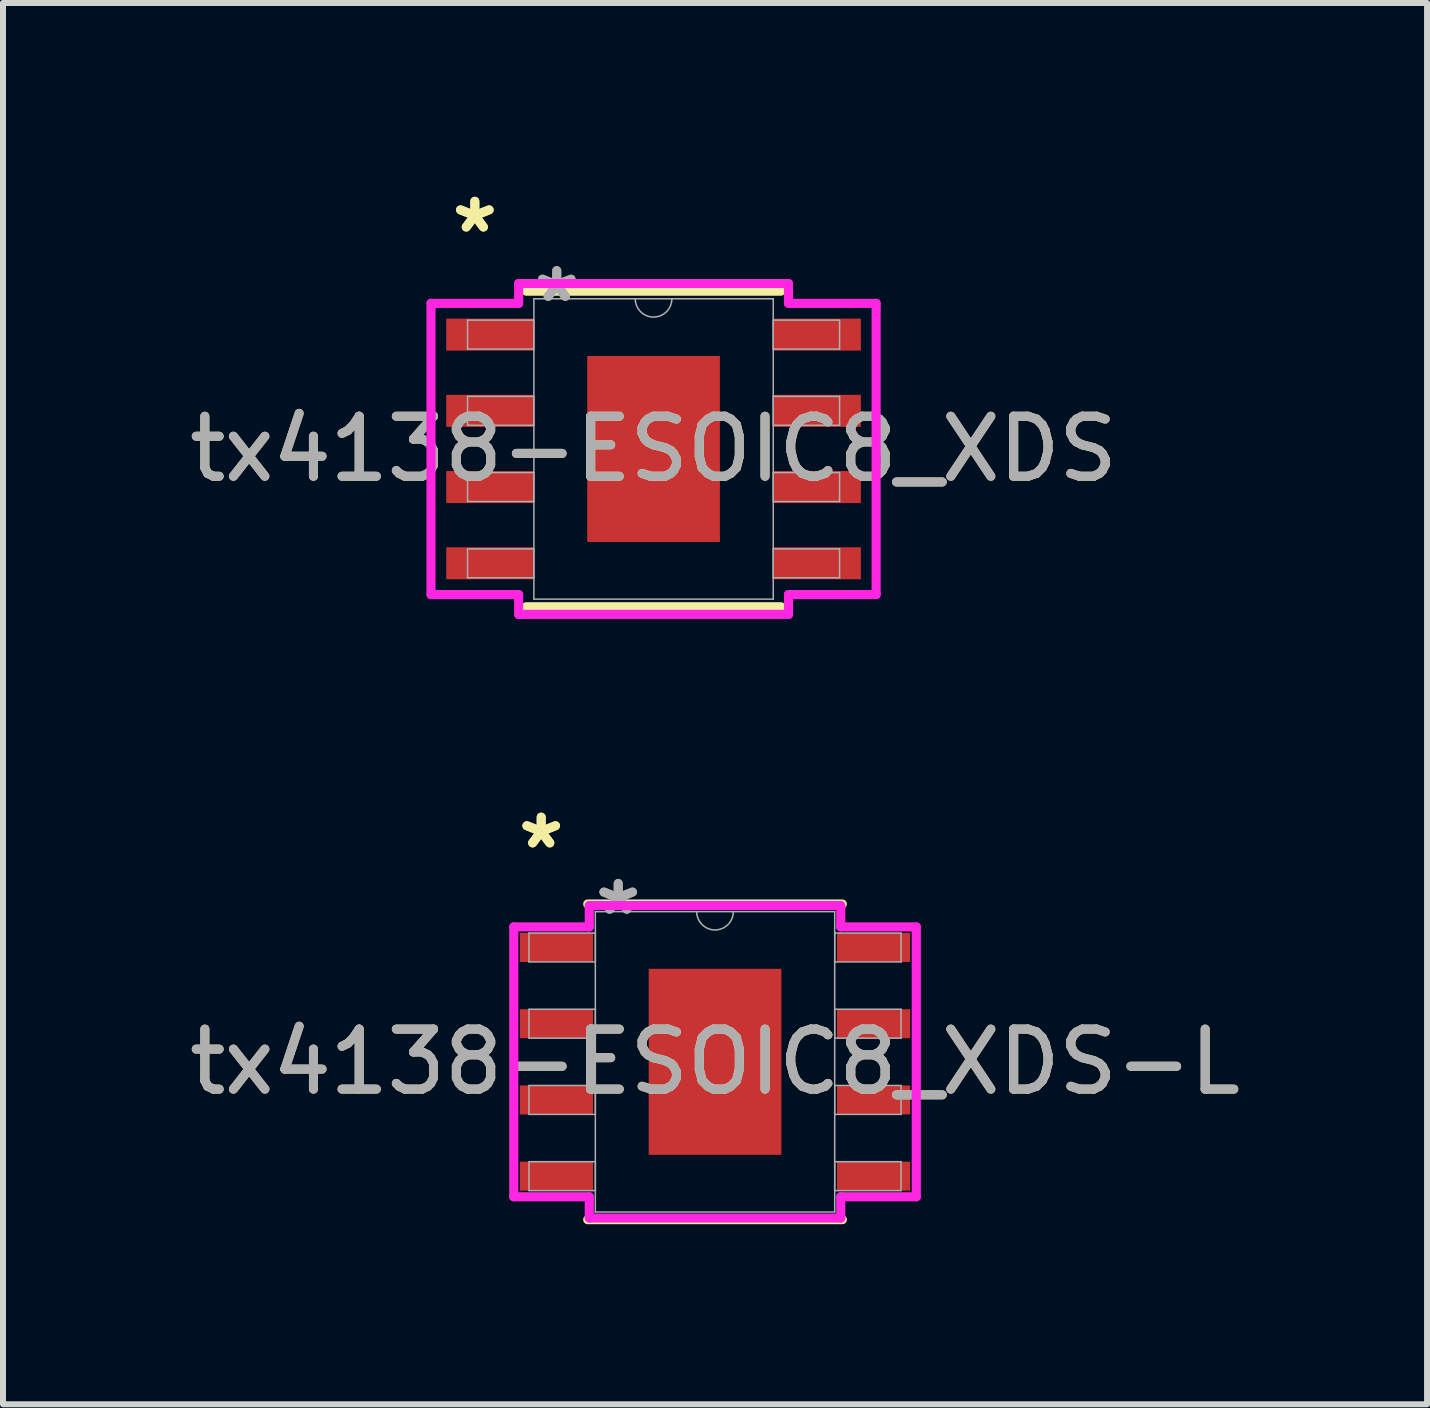
<source format=kicad_pcb>
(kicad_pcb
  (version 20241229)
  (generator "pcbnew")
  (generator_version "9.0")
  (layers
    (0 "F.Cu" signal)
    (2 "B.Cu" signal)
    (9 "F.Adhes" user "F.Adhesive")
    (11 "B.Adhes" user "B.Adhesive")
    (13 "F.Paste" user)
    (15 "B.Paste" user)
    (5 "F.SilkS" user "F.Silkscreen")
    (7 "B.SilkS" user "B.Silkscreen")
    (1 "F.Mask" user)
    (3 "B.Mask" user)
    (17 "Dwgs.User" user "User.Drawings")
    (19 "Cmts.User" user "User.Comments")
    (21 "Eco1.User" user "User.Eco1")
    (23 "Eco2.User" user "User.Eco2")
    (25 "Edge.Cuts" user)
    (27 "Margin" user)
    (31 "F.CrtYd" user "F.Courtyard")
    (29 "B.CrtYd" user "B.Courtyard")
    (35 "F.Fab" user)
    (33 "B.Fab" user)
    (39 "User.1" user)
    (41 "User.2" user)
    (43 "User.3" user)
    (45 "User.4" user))
  (footprint "tx4138-ESOIC8_XDS"
    (layer "F.Cu")
    (at 7.839 4.43)
    (property "Reference" "tx4138-ESOIC8_XDS" (at 0 0 0) (unlocked yes) (layer "F.SilkS") (effects (font (size 1 1) (thickness 0.15))))
    (attr smd)
    (fp_line (start -2.121 2.629) (end 2.121 2.629) (stroke (width 0.152) (type solid)) (layer "F.SilkS"))
    (fp_line (start 2.121 -2.629) (end -2.121 -2.629) (stroke (width 0.152) (type solid)) (layer "F.SilkS"))
    (fp_poly (pts (xy -1.005 -1.449) (xy -1.005 -0.1) (xy 1.005 -0.1) (xy 1.005 -1.449)) (stroke (width 0) (type solid)) (fill yes) (layer "F.Paste"))
    (fp_poly (pts (xy -1.005 0.1) (xy -1.005 1.449) (xy 1.005 1.449) (xy 1.005 0.1)) (stroke (width 0) (type solid)) (fill yes) (layer "F.Paste"))
    (fp_line (start -3.708 -2.426) (end -2.248 -2.426) (stroke (width 0.152) (type solid)) (layer "F.CrtYd"))
    (fp_line (start -3.708 2.426) (end -3.708 -2.426) (stroke (width 0.152) (type solid)) (layer "F.CrtYd"))
    (fp_line (start -3.708 2.426) (end -2.248 2.426) (stroke (width 0.152) (type solid)) (layer "F.CrtYd"))
    (fp_line (start -2.248 -2.756) (end 2.248 -2.756) (stroke (width 0.152) (type solid)) (layer "F.CrtYd"))
    (fp_line (start -2.248 -2.426) (end -2.248 -2.756) (stroke (width 0.152) (type solid)) (layer "F.CrtYd"))
    (fp_line (start -2.248 2.756) (end -2.248 2.426) (stroke (width 0.152) (type solid)) (layer "F.CrtYd"))
    (fp_line (start 2.248 -2.756) (end 2.248 -2.426) (stroke (width 0.152) (type solid)) (layer "F.CrtYd"))
    (fp_line (start 2.248 2.426) (end 2.248 2.756) (stroke (width 0.152) (type solid)) (layer "F.CrtYd"))
    (fp_line (start 2.248 2.756) (end -2.248 2.756) (stroke (width 0.152) (type solid)) (layer "F.CrtYd"))
    (fp_line (start 3.708 -2.426) (end 2.248 -2.426) (stroke (width 0.152) (type solid)) (layer "F.CrtYd"))
    (fp_line (start 3.708 -2.426) (end 3.708 2.426) (stroke (width 0.152) (type solid)) (layer "F.CrtYd"))
    (fp_line (start 3.708 2.426) (end 2.248 2.426) (stroke (width 0.152) (type solid)) (layer "F.CrtYd"))
    (fp_line (start -3.099 -2.146) (end -3.099 -1.664) (stroke (width 0.025) (type solid)) (layer "F.Fab"))
    (fp_line (start -3.099 -1.664) (end -1.994 -1.664) (stroke (width 0.025) (type solid)) (layer "F.Fab"))
    (fp_line (start -3.099 -0.876) (end -3.099 -0.394) (stroke (width 0.025) (type solid)) (layer "F.Fab"))
    (fp_line (start -3.099 -0.394) (end -1.994 -0.394) (stroke (width 0.025) (type solid)) (layer "F.Fab"))
    (fp_line (start -3.099 0.394) (end -3.099 0.876) (stroke (width 0.025) (type solid)) (layer "F.Fab"))
    (fp_line (start -3.099 0.876) (end -1.994 0.876) (stroke (width 0.025) (type solid)) (layer "F.Fab"))
    (fp_line (start -3.099 1.664) (end -3.099 2.146) (stroke (width 0.025) (type solid)) (layer "F.Fab"))
    (fp_line (start -3.099 2.146) (end -1.994 2.146) (stroke (width 0.025) (type solid)) (layer "F.Fab"))
    (fp_line (start -1.994 -2.502) (end -1.994 2.502) (stroke (width 0.025) (type solid)) (layer "F.Fab"))
    (fp_line (start -1.994 -2.146) (end -3.099 -2.146) (stroke (width 0.025) (type solid)) (layer "F.Fab"))
    (fp_line (start -1.994 -1.664) (end -1.994 -2.146) (stroke (width 0.025) (type solid)) (layer "F.Fab"))
    (fp_line (start -1.994 -0.876) (end -3.099 -0.876) (stroke (width 0.025) (type solid)) (layer "F.Fab"))
    (fp_line (start -1.994 -0.394) (end -1.994 -0.876) (stroke (width 0.025) (type solid)) (layer "F.Fab"))
    (fp_line (start -1.994 0.394) (end -3.099 0.394) (stroke (width 0.025) (type solid)) (layer "F.Fab"))
    (fp_line (start -1.994 0.876) (end -1.994 0.394) (stroke (width 0.025) (type solid)) (layer "F.Fab"))
    (fp_line (start -1.994 1.664) (end -3.099 1.664) (stroke (width 0.025) (type solid)) (layer "F.Fab"))
    (fp_line (start -1.994 2.146) (end -1.994 1.664) (stroke (width 0.025) (type solid)) (layer "F.Fab"))
    (fp_line (start -1.994 2.502) (end 1.994 2.502) (stroke (width 0.025) (type solid)) (layer "F.Fab"))
    (fp_line (start 1.994 -2.502) (end -1.994 -2.502) (stroke (width 0.025) (type solid)) (layer "F.Fab"))
    (fp_line (start 1.994 -2.146) (end 1.994 -1.664) (stroke (width 0.025) (type solid)) (layer "F.Fab"))
    (fp_line (start 1.994 -1.664) (end 3.099 -1.664) (stroke (width 0.025) (type solid)) (layer "F.Fab"))
    (fp_line (start 1.994 -0.876) (end 1.994 -0.394) (stroke (width 0.025) (type solid)) (layer "F.Fab"))
    (fp_line (start 1.994 -0.394) (end 3.099 -0.394) (stroke (width 0.025) (type solid)) (layer "F.Fab"))
    (fp_line (start 1.994 0.394) (end 1.994 0.876) (stroke (width 0.025) (type solid)) (layer "F.Fab"))
    (fp_line (start 1.994 0.876) (end 3.099 0.876) (stroke (width 0.025) (type solid)) (layer "F.Fab"))
    (fp_line (start 1.994 1.664) (end 1.994 2.146) (stroke (width 0.025) (type solid)) (layer "F.Fab"))
    (fp_line (start 1.994 2.146) (end 3.099 2.146) (stroke (width 0.025) (type solid)) (layer "F.Fab"))
    (fp_line (start 1.994 2.502) (end 1.994 -2.502) (stroke (width 0.025) (type solid)) (layer "F.Fab"))
    (fp_line (start 3.099 -2.146) (end 1.994 -2.146) (stroke (width 0.025) (type solid)) (layer "F.Fab"))
    (fp_line (start 3.099 -1.664) (end 3.099 -2.146) (stroke (width 0.025) (type solid)) (layer "F.Fab"))
    (fp_line (start 3.099 -0.876) (end 1.994 -0.876) (stroke (width 0.025) (type solid)) (layer "F.Fab"))
    (fp_line (start 3.099 -0.394) (end 3.099 -0.876) (stroke (width 0.025) (type solid)) (layer "F.Fab"))
    (fp_line (start 3.099 0.394) (end 1.994 0.394) (stroke (width 0.025) (type solid)) (layer "F.Fab"))
    (fp_line (start 3.099 0.876) (end 3.099 0.394) (stroke (width 0.025) (type solid)) (layer "F.Fab"))
    (fp_line (start 3.099 1.664) (end 1.994 1.664) (stroke (width 0.025) (type solid)) (layer "F.Fab"))
    (fp_line (start 3.099 2.146) (end 3.099 1.664) (stroke (width 0.025) (type solid)) (layer "F.Fab"))
    (fp_arc (start 0.3048 -2.5019) (mid 0 -2.1971) (end -0.3048 -2.5019) (stroke (width 0.0254) (type solid)) (layer "F.Fab"))
    (fp_text user "*" (at -2.978 -3.581 0) (layer "F.SilkS") (effects (font (size 1 1) (thickness 0.15))))
    (fp_text user "*" (at -2.978 -3.581 0) (unlocked yes) (layer "F.SilkS") (effects (font (size 1 1) (thickness 0.15))))
    (fp_text user "*" (at -1.613 -2.426 0) (unlocked yes) (layer "F.Fab") (effects (font (size 1 1) (thickness 0.15))))
    (fp_text user "${REFERENCE}" (at 0 0 0) (unlocked yes) (layer "F.Fab") (effects (font (size 1 1) (thickness 0.15))))
    (fp_text user "*" (at -1.613 -2.426 0) (layer "F.Fab") (effects (font (size 1 1) (thickness 0.15))))
    (pad "1" smd rect (at -2.724 -1.905) (size 1.46 0.533) (layers "F.Cu" "F.Mask" "F.Paste"))
    (pad "2" smd rect (at -2.724 -0.635) (size 1.46 0.533) (layers "F.Cu" "F.Mask" "F.Paste"))
    (pad "3" smd rect (at -2.724 0.635) (size 1.46 0.533) (layers "F.Cu" "F.Mask" "F.Paste"))
    (pad "4" smd rect (at -2.724 1.905) (size 1.46 0.533) (layers "F.Cu" "F.Mask" "F.Paste"))
    (pad "5" smd rect (at 2.724 1.905) (size 1.46 0.533) (layers "F.Cu" "F.Mask" "F.Paste"))
    (pad "6" smd rect (at 2.724 0.635) (size 1.46 0.533) (layers "F.Cu" "F.Mask" "F.Paste"))
    (pad "7" smd rect (at 2.724 -0.635) (size 1.46 0.533) (layers "F.Cu" "F.Mask" "F.Paste"))
    (pad "8" smd rect (at 2.724 -1.905) (size 1.46 0.533) (layers "F.Cu" "F.Mask" "F.Paste"))
    (pad "EPAD" smd rect (at 0 0) (size 2.21 3.099) (layers "F.Cu" "F.Mask")))
  (footprint "tx4138-ESOIC8_XDS-L"
    (layer "F.Cu")
    (at 8.863 14.641)
    (property "Reference" "tx4138-ESOIC8_XDS-L" (at 0 0 0) (unlocked yes) (layer "F.SilkS") (effects (font (size 1 1) (thickness 0.15))))
    (attr smd)
    (fp_line (start -2.121 2.629) (end 2.121 2.629) (stroke (width 0.152) (type solid)) (layer "F.SilkS"))
    (fp_line (start 2.121 -2.629) (end -2.121 -2.629) (stroke (width 0.152) (type solid)) (layer "F.SilkS"))
    (fp_poly (pts (xy -1.005 -1.449) (xy -1.005 -0.1) (xy 1.005 -0.1) (xy 1.005 -1.449)) (stroke (width 0) (type solid)) (fill yes) (layer "F.Paste"))
    (fp_poly (pts (xy -1.005 0.1) (xy -1.005 1.449) (xy 1.005 1.449) (xy 1.005 0.1)) (stroke (width 0) (type solid)) (fill yes) (layer "F.Paste"))
    (fp_line (start -3.353 -2.248) (end -2.095 -2.248) (stroke (width 0.152) (type solid)) (layer "F.CrtYd"))
    (fp_line (start -3.353 2.248) (end -3.353 -2.248) (stroke (width 0.152) (type solid)) (layer "F.CrtYd"))
    (fp_line (start -3.353 2.248) (end -2.095 2.248) (stroke (width 0.152) (type solid)) (layer "F.CrtYd"))
    (fp_line (start -2.095 -2.603) (end 2.095 -2.603) (stroke (width 0.152) (type solid)) (layer "F.CrtYd"))
    (fp_line (start -2.095 -2.248) (end -2.095 -2.603) (stroke (width 0.152) (type solid)) (layer "F.CrtYd"))
    (fp_line (start -2.095 2.603) (end -2.095 2.248) (stroke (width 0.152) (type solid)) (layer "F.CrtYd"))
    (fp_line (start 2.095 -2.603) (end 2.095 -2.248) (stroke (width 0.152) (type solid)) (layer "F.CrtYd"))
    (fp_line (start 2.095 2.248) (end 2.095 2.603) (stroke (width 0.152) (type solid)) (layer "F.CrtYd"))
    (fp_line (start 2.095 2.603) (end -2.095 2.603) (stroke (width 0.152) (type solid)) (layer "F.CrtYd"))
    (fp_line (start 3.353 -2.248) (end 2.095 -2.248) (stroke (width 0.152) (type solid)) (layer "F.CrtYd"))
    (fp_line (start 3.353 -2.248) (end 3.353 2.248) (stroke (width 0.152) (type solid)) (layer "F.CrtYd"))
    (fp_line (start 3.353 2.248) (end 2.095 2.248) (stroke (width 0.152) (type solid)) (layer "F.CrtYd"))
    (fp_line (start -3.099 -2.146) (end -3.099 -1.664) (stroke (width 0.025) (type solid)) (layer "F.Fab"))
    (fp_line (start -3.099 -1.664) (end -1.994 -1.664) (stroke (width 0.025) (type solid)) (layer "F.Fab"))
    (fp_line (start -3.099 -0.876) (end -3.099 -0.394) (stroke (width 0.025) (type solid)) (layer "F.Fab"))
    (fp_line (start -3.099 -0.394) (end -1.994 -0.394) (stroke (width 0.025) (type solid)) (layer "F.Fab"))
    (fp_line (start -3.099 0.394) (end -3.099 0.876) (stroke (width 0.025) (type solid)) (layer "F.Fab"))
    (fp_line (start -3.099 0.876) (end -1.994 0.876) (stroke (width 0.025) (type solid)) (layer "F.Fab"))
    (fp_line (start -3.099 1.664) (end -3.099 2.146) (stroke (width 0.025) (type solid)) (layer "F.Fab"))
    (fp_line (start -3.099 2.146) (end -1.994 2.146) (stroke (width 0.025) (type solid)) (layer "F.Fab"))
    (fp_line (start -1.994 -2.502) (end -1.994 2.502) (stroke (width 0.025) (type solid)) (layer "F.Fab"))
    (fp_line (start -1.994 -2.146) (end -3.099 -2.146) (stroke (width 0.025) (type solid)) (layer "F.Fab"))
    (fp_line (start -1.994 -1.664) (end -1.994 -2.146) (stroke (width 0.025) (type solid)) (layer "F.Fab"))
    (fp_line (start -1.994 -0.876) (end -3.099 -0.876) (stroke (width 0.025) (type solid)) (layer "F.Fab"))
    (fp_line (start -1.994 -0.394) (end -1.994 -0.876) (stroke (width 0.025) (type solid)) (layer "F.Fab"))
    (fp_line (start -1.994 0.394) (end -3.099 0.394) (stroke (width 0.025) (type solid)) (layer "F.Fab"))
    (fp_line (start -1.994 0.876) (end -1.994 0.394) (stroke (width 0.025) (type solid)) (layer "F.Fab"))
    (fp_line (start -1.994 1.664) (end -3.099 1.664) (stroke (width 0.025) (type solid)) (layer "F.Fab"))
    (fp_line (start -1.994 2.146) (end -1.994 1.664) (stroke (width 0.025) (type solid)) (layer "F.Fab"))
    (fp_line (start -1.994 2.502) (end 1.994 2.502) (stroke (width 0.025) (type solid)) (layer "F.Fab"))
    (fp_line (start 1.994 -2.502) (end -1.994 -2.502) (stroke (width 0.025) (type solid)) (layer "F.Fab"))
    (fp_line (start 1.994 -2.146) (end 1.994 -1.664) (stroke (width 0.025) (type solid)) (layer "F.Fab"))
    (fp_line (start 1.994 -1.664) (end 3.099 -1.664) (stroke (width 0.025) (type solid)) (layer "F.Fab"))
    (fp_line (start 1.994 -0.876) (end 1.994 -0.394) (stroke (width 0.025) (type solid)) (layer "F.Fab"))
    (fp_line (start 1.994 -0.394) (end 3.099 -0.394) (stroke (width 0.025) (type solid)) (layer "F.Fab"))
    (fp_line (start 1.994 0.394) (end 1.994 0.876) (stroke (width 0.025) (type solid)) (layer "F.Fab"))
    (fp_line (start 1.994 0.876) (end 3.099 0.876) (stroke (width 0.025) (type solid)) (layer "F.Fab"))
    (fp_line (start 1.994 1.664) (end 1.994 2.146) (stroke (width 0.025) (type solid)) (layer "F.Fab"))
    (fp_line (start 1.994 2.146) (end 3.099 2.146) (stroke (width 0.025) (type solid)) (layer "F.Fab"))
    (fp_line (start 1.994 2.502) (end 1.994 -2.502) (stroke (width 0.025) (type solid)) (layer "F.Fab"))
    (fp_line (start 3.099 -2.146) (end 1.994 -2.146) (stroke (width 0.025) (type solid)) (layer "F.Fab"))
    (fp_line (start 3.099 -1.664) (end 3.099 -2.146) (stroke (width 0.025) (type solid)) (layer "F.Fab"))
    (fp_line (start 3.099 -0.876) (end 1.994 -0.876) (stroke (width 0.025) (type solid)) (layer "F.Fab"))
    (fp_line (start 3.099 -0.394) (end 3.099 -0.876) (stroke (width 0.025) (type solid)) (layer "F.Fab"))
    (fp_line (start 3.099 0.394) (end 1.994 0.394) (stroke (width 0.025) (type solid)) (layer "F.Fab"))
    (fp_line (start 3.099 0.876) (end 3.099 0.394) (stroke (width 0.025) (type solid)) (layer "F.Fab"))
    (fp_line (start 3.099 1.664) (end 1.994 1.664) (stroke (width 0.025) (type solid)) (layer "F.Fab"))
    (fp_line (start 3.099 2.146) (end 3.099 1.664) (stroke (width 0.025) (type solid)) (layer "F.Fab"))
    (fp_arc (start 0.3048 -2.5019) (mid 0 -2.1971) (end -0.3048 -2.5019) (stroke (width 0.0254) (type solid)) (layer "F.Fab"))
    (fp_text user "*" (at -2.896 -3.531 0) (unlocked yes) (layer "F.SilkS") (effects (font (size 1 1) (thickness 0.15))))
    (fp_text user "*" (at -2.896 -3.531 0) (layer "F.SilkS") (effects (font (size 1 1) (thickness 0.15))))
    (fp_text user "*" (at -1.613 -2.426 0) (unlocked yes) (layer "F.Fab") (effects (font (size 1 1) (thickness 0.15))))
    (fp_text user "${REFERENCE}" (at 0 0 0) (unlocked yes) (layer "F.Fab") (effects (font (size 1 1) (thickness 0.15))))
    (fp_text user "*" (at -1.613 -2.426 0) (layer "F.Fab") (effects (font (size 1 1) (thickness 0.15))))
    (pad "1" smd rect (at -2.642 -1.905) (size 1.219 0.483) (layers "F.Cu" "F.Mask" "F.Paste"))
    (pad "2" smd rect (at -2.642 -0.635) (size 1.219 0.483) (layers "F.Cu" "F.Mask" "F.Paste"))
    (pad "3" smd rect (at -2.642 0.635) (size 1.219 0.483) (layers "F.Cu" "F.Mask" "F.Paste"))
    (pad "4" smd rect (at -2.642 1.905) (size 1.219 0.483) (layers "F.Cu" "F.Mask" "F.Paste"))
    (pad "5" smd rect (at 2.642 1.905) (size 1.219 0.483) (layers "F.Cu" "F.Mask" "F.Paste"))
    (pad "6" smd rect (at 2.642 0.635) (size 1.219 0.483) (layers "F.Cu" "F.Mask" "F.Paste"))
    (pad "7" smd rect (at 2.642 -0.635) (size 1.219 0.483) (layers "F.Cu" "F.Mask" "F.Paste"))
    (pad "8" smd rect (at 2.642 -1.905) (size 1.219 0.483) (layers "F.Cu" "F.Mask" "F.Paste"))
    (pad "EPAD" smd rect (at 0 0) (size 2.21 3.099) (layers "F.Cu" "F.Mask")))
  (gr_rect
    (start -3 -3)
    (end 20.726 20.346)
    (stroke (width 0.1) (type default))
    (fill no)
    (layer "Edge.Cuts")))
</source>
